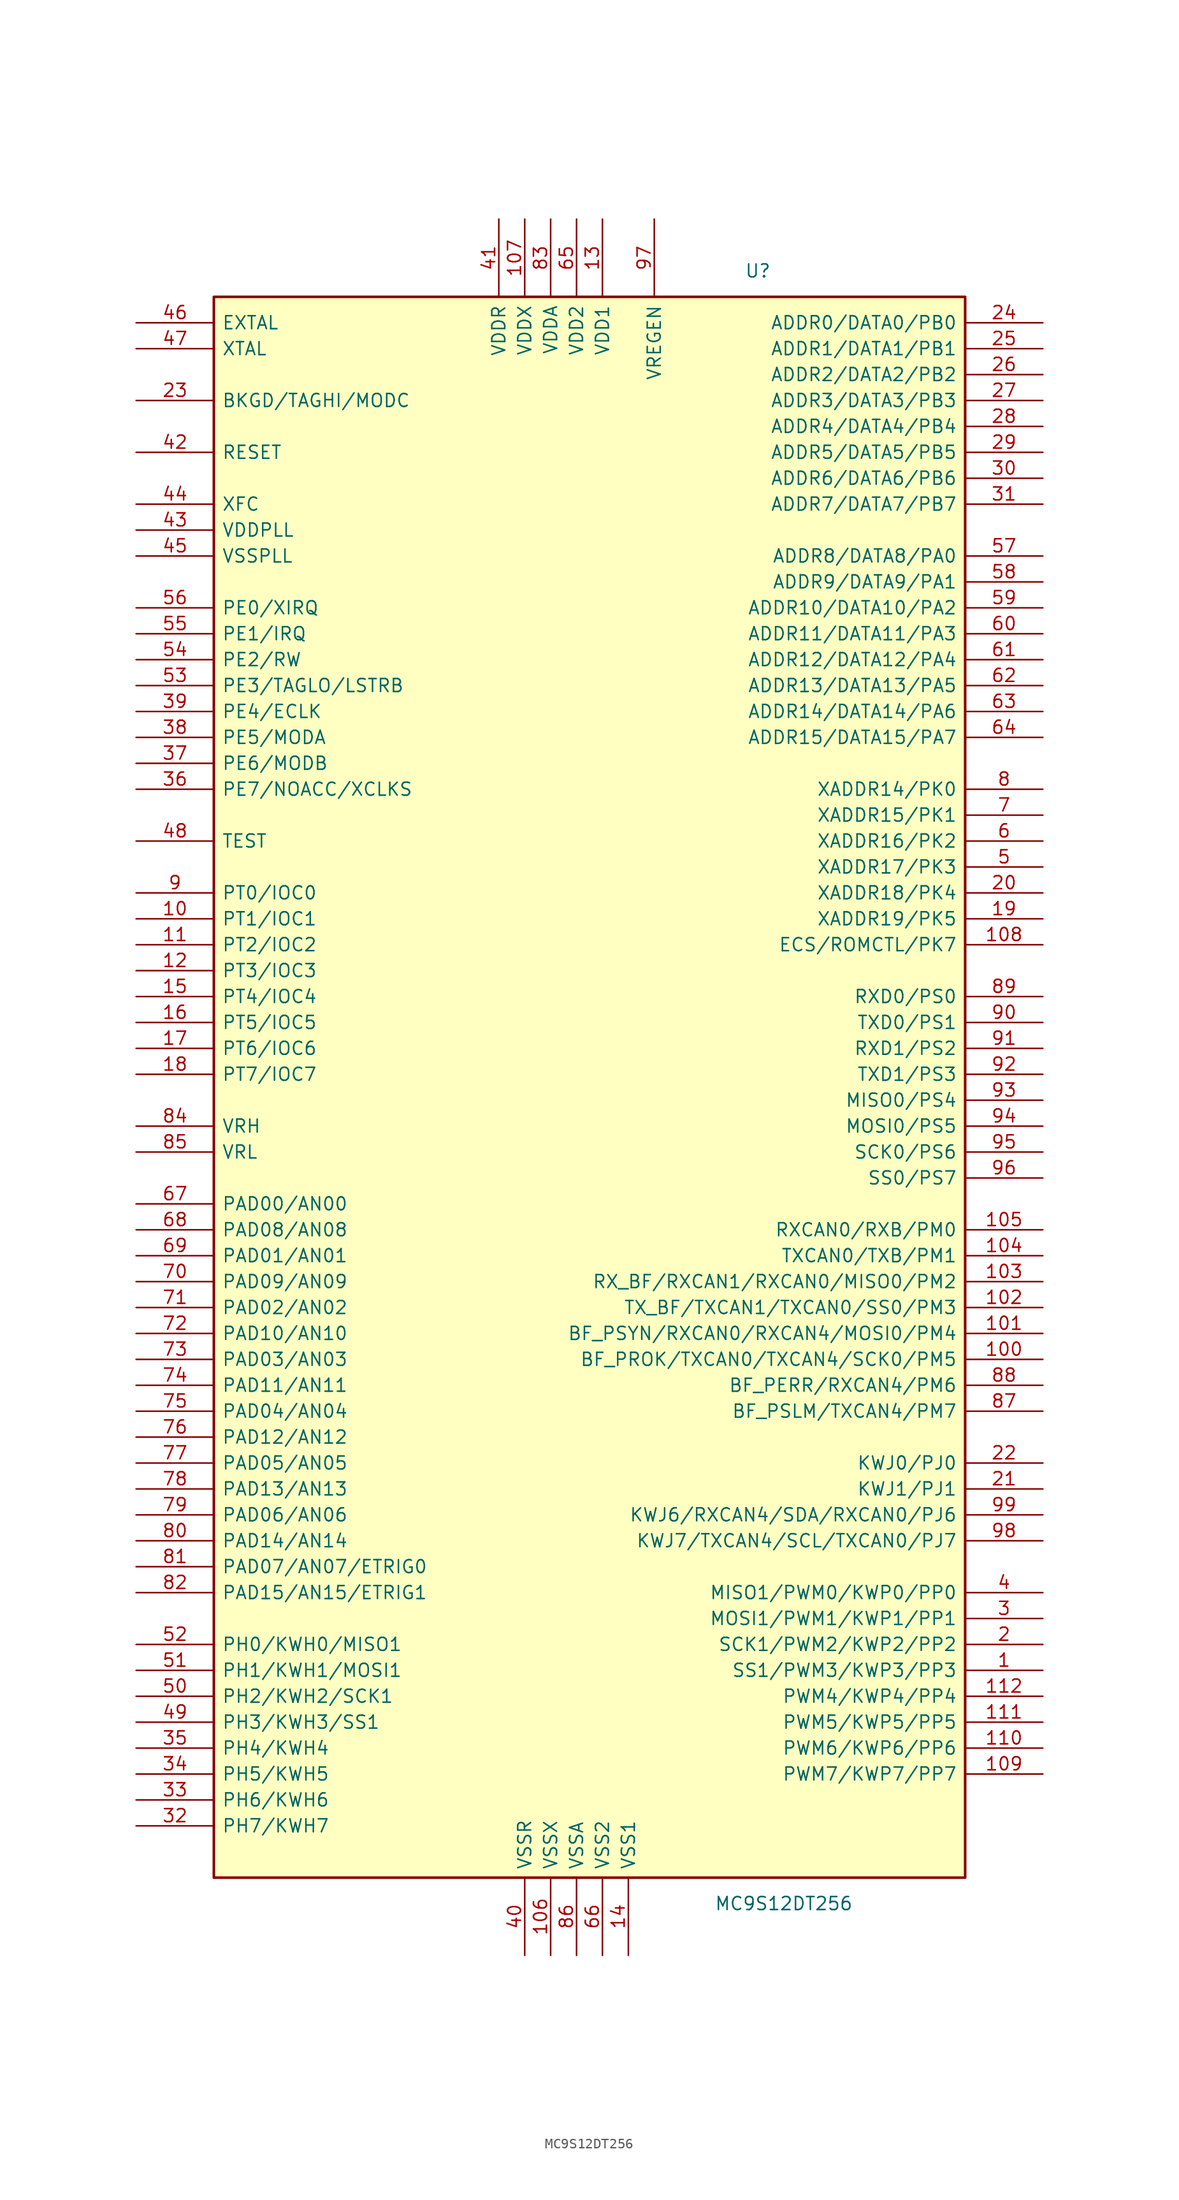
<source format=kicad_sym>
(kicad_symbol_lib
  (version 20241209)
  (generator "kicad_symbol_editor")
  (generator_version "9.0")
  (symbol "MC9S12DT256"
    (pin_names
      (offset 0.762))
    (property "Reference" "U"
      (at 17.78 86.36 0)
      (effects (font (size 1.27 1.27))))
    (property "Value" "MC9S12DT256"
      (at 20.32 -73.66 0)
      (effects (font (size 1.27 1.27))))
    (symbol "MC9S12DT256_0_1"
      (rectangle (start -35.56 83.82) (end 38.1 -71.12) (stroke (width 0.254) (type default)) (fill (type background))))
    (symbol "MC9S12DT256_1_1"
      (pin input line (at -43.18 81.28 0) (length 7.62) (name "EXTAL" (effects (font (size 1.27 1.27)))) (number "46" (effects (font (size 1.27 1.27)))))
      (pin output line (at -43.18 78.74 0) (length 7.62) (name "XTAL" (effects (font (size 1.27 1.27)))) (number "47" (effects (font (size 1.27 1.27)))))
      (pin bidirectional line (at -43.18 73.66 0) (length 7.62) (name "BKGD/TAGHI/MODC" (effects (font (size 1.27 1.27)))) (number "23" (effects (font (size 1.27 1.27)))))
      (pin bidirectional line (at -43.18 68.58 0) (length 7.62) (name "RESET" (effects (font (size 1.27 1.27)))) (number "42" (effects (font (size 1.27 1.27)))))
      (pin bidirectional line (at -43.18 63.5 0) (length 7.62) (name "XFC" (effects (font (size 1.27 1.27)))) (number "44" (effects (font (size 1.27 1.27)))))
      (pin power_in line (at -43.18 60.96 0) (length 7.62) (name "VDDPLL" (effects (font (size 1.27 1.27)))) (number "43" (effects (font (size 1.27 1.27)))))
      (pin bidirectional line (at -43.18 58.42 0) (length 7.62) (name "VSSPLL" (effects (font (size 1.27 1.27)))) (number "45" (effects (font (size 1.27 1.27)))))
      (pin input line (at -43.18 53.34 0) (length 7.62) (name "PE0/XIRQ" (effects (font (size 1.27 1.27)))) (number "56" (effects (font (size 1.27 1.27)))))
      (pin input line (at -43.18 50.8 0) (length 7.62) (name "PE1/IRQ" (effects (font (size 1.27 1.27)))) (number "55" (effects (font (size 1.27 1.27)))))
      (pin bidirectional line (at -43.18 48.26 0) (length 7.62) (name "PE2/RW" (effects (font (size 1.27 1.27)))) (number "54" (effects (font (size 1.27 1.27)))))
      (pin bidirectional line (at -43.18 45.72 0) (length 7.62) (name "PE3/TAGLO/LSTRB" (effects (font (size 1.27 1.27)))) (number "53" (effects (font (size 1.27 1.27)))))
      (pin bidirectional line (at -43.18 43.18 0) (length 7.62) (name "PE4/ECLK" (effects (font (size 1.27 1.27)))) (number "39" (effects (font (size 1.27 1.27)))))
      (pin bidirectional line (at -43.18 40.64 0) (length 7.62) (name "PE5/MODA" (effects (font (size 1.27 1.27)))) (number "38" (effects (font (size 1.27 1.27)))))
      (pin bidirectional line (at -43.18 38.1 0) (length 7.62) (name "PE6/MODB" (effects (font (size 1.27 1.27)))) (number "37" (effects (font (size 1.27 1.27)))))
      (pin bidirectional line (at -43.18 35.56 0) (length 7.62) (name "PE7/NOACC/XCLKS" (effects (font (size 1.27 1.27)))) (number "36" (effects (font (size 1.27 1.27)))))
      (pin input line (at -43.18 30.48 0) (length 7.62) (name "TEST" (effects (font (size 1.27 1.27)))) (number "48" (effects (font (size 1.27 1.27)))))
      (pin bidirectional line (at -43.18 25.4 0) (length 7.62) (name "PT0/IOC0" (effects (font (size 1.27 1.27)))) (number "9" (effects (font (size 1.27 1.27)))))
      (pin bidirectional line (at -43.18 22.86 0) (length 7.62) (name "PT1/IOC1" (effects (font (size 1.27 1.27)))) (number "10" (effects (font (size 1.27 1.27)))))
      (pin bidirectional line (at -43.18 20.32 0) (length 7.62) (name "PT2/IOC2" (effects (font (size 1.27 1.27)))) (number "11" (effects (font (size 1.27 1.27)))))
      (pin bidirectional line (at -43.18 17.78 0) (length 7.62) (name "PT3/IOC3" (effects (font (size 1.27 1.27)))) (number "12" (effects (font (size 1.27 1.27)))))
      (pin bidirectional line (at -43.18 15.24 0) (length 7.62) (name "PT4/IOC4" (effects (font (size 1.27 1.27)))) (number "15" (effects (font (size 1.27 1.27)))))
      (pin bidirectional line (at -43.18 12.7 0) (length 7.62) (name "PT5/IOC5" (effects (font (size 1.27 1.27)))) (number "16" (effects (font (size 1.27 1.27)))))
      (pin bidirectional line (at -43.18 10.16 0) (length 7.62) (name "PT6/IOC6" (effects (font (size 1.27 1.27)))) (number "17" (effects (font (size 1.27 1.27)))))
      (pin bidirectional line (at -43.18 7.62 0) (length 7.62) (name "PT7/IOC7" (effects (font (size 1.27 1.27)))) (number "18" (effects (font (size 1.27 1.27)))))
      (pin passive line (at -43.18 2.54 0) (length 7.62) (name "VRH" (effects (font (size 1.27 1.27)))) (number "84" (effects (font (size 1.27 1.27)))))
      (pin passive line (at -43.18 0 0) (length 7.62) (name "VRL" (effects (font (size 1.27 1.27)))) (number "85" (effects (font (size 1.27 1.27)))))
      (pin input line (at -43.18 -5.08 0) (length 7.62) (name "PAD00/AN00" (effects (font (size 1.27 1.27)))) (number "67" (effects (font (size 1.27 1.27)))))
      (pin input line (at -43.18 -7.62 0) (length 7.62) (name "PAD08/AN08" (effects (font (size 1.27 1.27)))) (number "68" (effects (font (size 1.27 1.27)))))
      (pin input line (at -43.18 -10.16 0) (length 7.62) (name "PAD01/AN01" (effects (font (size 1.27 1.27)))) (number "69" (effects (font (size 1.27 1.27)))))
      (pin input line (at -43.18 -12.7 0) (length 7.62) (name "PAD09/AN09" (effects (font (size 1.27 1.27)))) (number "70" (effects (font (size 1.27 1.27)))))
      (pin input line (at -43.18 -15.24 0) (length 7.62) (name "PAD02/AN02" (effects (font (size 1.27 1.27)))) (number "71" (effects (font (size 1.27 1.27)))))
      (pin input line (at -43.18 -17.78 0) (length 7.62) (name "PAD10/AN10" (effects (font (size 1.27 1.27)))) (number "72" (effects (font (size 1.27 1.27)))))
      (pin input line (at -43.18 -20.32 0) (length 7.62) (name "PAD03/AN03" (effects (font (size 1.27 1.27)))) (number "73" (effects (font (size 1.27 1.27)))))
      (pin input line (at -43.18 -22.86 0) (length 7.62) (name "PAD11/AN11" (effects (font (size 1.27 1.27)))) (number "74" (effects (font (size 1.27 1.27)))))
      (pin input line (at -43.18 -25.4 0) (length 7.62) (name "PAD04/AN04" (effects (font (size 1.27 1.27)))) (number "75" (effects (font (size 1.27 1.27)))))
      (pin input line (at -43.18 -27.94 0) (length 7.62) (name "PAD12/AN12" (effects (font (size 1.27 1.27)))) (number "76" (effects (font (size 1.27 1.27)))))
      (pin input line (at -43.18 -30.48 0) (length 7.62) (name "PAD05/AN05" (effects (font (size 1.27 1.27)))) (number "77" (effects (font (size 1.27 1.27)))))
      (pin input line (at -43.18 -33.02 0) (length 7.62) (name "PAD13/AN13" (effects (font (size 1.27 1.27)))) (number "78" (effects (font (size 1.27 1.27)))))
      (pin input line (at -43.18 -35.56 0) (length 7.62) (name "PAD06/AN06" (effects (font (size 1.27 1.27)))) (number "79" (effects (font (size 1.27 1.27)))))
      (pin input line (at -43.18 -38.1 0) (length 7.62) (name "PAD14/AN14" (effects (font (size 1.27 1.27)))) (number "80" (effects (font (size 1.27 1.27)))))
      (pin input line (at -43.18 -40.64 0) (length 7.62) (name "PAD07/AN07/ETRIG0" (effects (font (size 1.27 1.27)))) (number "81" (effects (font (size 1.27 1.27)))))
      (pin input line (at -43.18 -43.18 0) (length 7.62) (name "PAD15/AN15/ETRIG1" (effects (font (size 1.27 1.27)))) (number "82" (effects (font (size 1.27 1.27)))))
      (pin bidirectional line (at -43.18 -48.26 0) (length 7.62) (name "PH0/KWH0/MISO1" (effects (font (size 1.27 1.27)))) (number "52" (effects (font (size 1.27 1.27)))))
      (pin bidirectional line (at -43.18 -50.8 0) (length 7.62) (name "PH1/KWH1/MOSI1" (effects (font (size 1.27 1.27)))) (number "51" (effects (font (size 1.27 1.27)))))
      (pin bidirectional line (at -43.18 -53.34 0) (length 7.62) (name "PH2/KWH2/SCK1" (effects (font (size 1.27 1.27)))) (number "50" (effects (font (size 1.27 1.27)))))
      (pin bidirectional line (at -43.18 -55.88 0) (length 7.62) (name "PH3/KWH3/SS1" (effects (font (size 1.27 1.27)))) (number "49" (effects (font (size 1.27 1.27)))))
      (pin bidirectional line (at -43.18 -58.42 0) (length 7.62) (name "PH4/KWH4" (effects (font (size 1.27 1.27)))) (number "35" (effects (font (size 1.27 1.27)))))
      (pin bidirectional line (at -43.18 -60.96 0) (length 7.62) (name "PH5/KWH5" (effects (font (size 1.27 1.27)))) (number "34" (effects (font (size 1.27 1.27)))))
      (pin bidirectional line (at -43.18 -63.5 0) (length 7.62) (name "PH6/KWH6" (effects (font (size 1.27 1.27)))) (number "33" (effects (font (size 1.27 1.27)))))
      (pin bidirectional line (at -43.18 -66.04 0) (length 7.62) (name "PH7/KWH7" (effects (font (size 1.27 1.27)))) (number "32" (effects (font (size 1.27 1.27)))))
      (pin power_in line (at -7.62 91.44 270) (length 7.62) (name "VDDR" (effects (font (size 1.27 1.27)))) (number "41" (effects (font (size 1.27 1.27)))))
      (pin power_in line (at -5.08 91.44 270) (length 7.62) (name "VDDX" (effects (font (size 1.27 1.27)))) (number "107" (effects (font (size 1.27 1.27)))))
      (pin power_in line (at -5.08 -78.74 90) (length 7.62) (name "VSSR" (effects (font (size 1.27 1.27)))) (number "40" (effects (font (size 1.27 1.27)))))
      (pin power_in line (at -2.54 91.44 270) (length 7.62) (name "VDDA" (effects (font (size 1.27 1.27)))) (number "83" (effects (font (size 1.27 1.27)))))
      (pin power_in line (at -2.54 -78.74 90) (length 7.62) (name "VSSX" (effects (font (size 1.27 1.27)))) (number "106" (effects (font (size 1.27 1.27)))))
      (pin power_in line (at 0 91.44 270) (length 7.62) (name "VDD2" (effects (font (size 1.27 1.27)))) (number "65" (effects (font (size 1.27 1.27)))))
      (pin power_in line (at 0 -78.74 90) (length 7.62) (name "VSSA" (effects (font (size 1.27 1.27)))) (number "86" (effects (font (size 1.27 1.27)))))
      (pin power_in line (at 2.54 91.44 270) (length 7.62) (name "VDD1" (effects (font (size 1.27 1.27)))) (number "13" (effects (font (size 1.27 1.27)))))
      (pin power_in line (at 2.54 -78.74 90) (length 7.62) (name "VSS2" (effects (font (size 1.27 1.27)))) (number "66" (effects (font (size 1.27 1.27)))))
      (pin power_in line (at 5.08 -78.74 90) (length 7.62) (name "VSS1" (effects (font (size 1.27 1.27)))) (number "14" (effects (font (size 1.27 1.27)))))
      (pin input line (at 7.62 91.44 270) (length 7.62) (name "VREGEN" (effects (font (size 1.27 1.27)))) (number "97" (effects (font (size 1.27 1.27)))))
      (pin bidirectional line (at 45.72 81.28 180) (length 7.62) (name "ADDR0/DATA0/PB0" (effects (font (size 1.27 1.27)))) (number "24" (effects (font (size 1.27 1.27)))))
      (pin bidirectional line (at 45.72 78.74 180) (length 7.62) (name "ADDR1/DATA1/PB1" (effects (font (size 1.27 1.27)))) (number "25" (effects (font (size 1.27 1.27)))))
      (pin bidirectional line (at 45.72 76.2 180) (length 7.62) (name "ADDR2/DATA2/PB2" (effects (font (size 1.27 1.27)))) (number "26" (effects (font (size 1.27 1.27)))))
      (pin bidirectional line (at 45.72 73.66 180) (length 7.62) (name "ADDR3/DATA3/PB3" (effects (font (size 1.27 1.27)))) (number "27" (effects (font (size 1.27 1.27)))))
      (pin bidirectional line (at 45.72 71.12 180) (length 7.62) (name "ADDR4/DATA4/PB4" (effects (font (size 1.27 1.27)))) (number "28" (effects (font (size 1.27 1.27)))))
      (pin bidirectional line (at 45.72 68.58 180) (length 7.62) (name "ADDR5/DATA5/PB5" (effects (font (size 1.27 1.27)))) (number "29" (effects (font (size 1.27 1.27)))))
      (pin bidirectional line (at 45.72 66.04 180) (length 7.62) (name "ADDR6/DATA6/PB6" (effects (font (size 1.27 1.27)))) (number "30" (effects (font (size 1.27 1.27)))))
      (pin bidirectional line (at 45.72 63.5 180) (length 7.62) (name "ADDR7/DATA7/PB7" (effects (font (size 1.27 1.27)))) (number "31" (effects (font (size 1.27 1.27)))))
      (pin bidirectional line (at 45.72 58.42 180) (length 7.62) (name "ADDR8/DATA8/PA0" (effects (font (size 1.27 1.27)))) (number "57" (effects (font (size 1.27 1.27)))))
      (pin bidirectional line (at 45.72 55.88 180) (length 7.62) (name "ADDR9/DATA9/PA1" (effects (font (size 1.27 1.27)))) (number "58" (effects (font (size 1.27 1.27)))))
      (pin bidirectional line (at 45.72 53.34 180) (length 7.62) (name "ADDR10/DATA10/PA2" (effects (font (size 1.27 1.27)))) (number "59" (effects (font (size 1.27 1.27)))))
      (pin bidirectional line (at 45.72 50.8 180) (length 7.62) (name "ADDR11/DATA11/PA3" (effects (font (size 1.27 1.27)))) (number "60" (effects (font (size 1.27 1.27)))))
      (pin bidirectional line (at 45.72 48.26 180) (length 7.62) (name "ADDR12/DATA12/PA4" (effects (font (size 1.27 1.27)))) (number "61" (effects (font (size 1.27 1.27)))))
      (pin bidirectional line (at 45.72 45.72 180) (length 7.62) (name "ADDR13/DATA13/PA5" (effects (font (size 1.27 1.27)))) (number "62" (effects (font (size 1.27 1.27)))))
      (pin bidirectional line (at 45.72 43.18 180) (length 7.62) (name "ADDR14/DATA14/PA6" (effects (font (size 1.27 1.27)))) (number "63" (effects (font (size 1.27 1.27)))))
      (pin bidirectional line (at 45.72 40.64 180) (length 7.62) (name "ADDR15/DATA15/PA7" (effects (font (size 1.27 1.27)))) (number "64" (effects (font (size 1.27 1.27)))))
      (pin bidirectional line (at 45.72 35.56 180) (length 7.62) (name "XADDR14/PK0" (effects (font (size 1.27 1.27)))) (number "8" (effects (font (size 1.27 1.27)))))
      (pin bidirectional line (at 45.72 33.02 180) (length 7.62) (name "XADDR15/PK1" (effects (font (size 1.27 1.27)))) (number "7" (effects (font (size 1.27 1.27)))))
      (pin bidirectional line (at 45.72 30.48 180) (length 7.62) (name "XADDR16/PK2" (effects (font (size 1.27 1.27)))) (number "6" (effects (font (size 1.27 1.27)))))
      (pin bidirectional line (at 45.72 27.94 180) (length 7.62) (name "XADDR17/PK3" (effects (font (size 1.27 1.27)))) (number "5" (effects (font (size 1.27 1.27)))))
      (pin bidirectional line (at 45.72 25.4 180) (length 7.62) (name "XADDR18/PK4" (effects (font (size 1.27 1.27)))) (number "20" (effects (font (size 1.27 1.27)))))
      (pin bidirectional line (at 45.72 22.86 180) (length 7.62) (name "XADDR19/PK5" (effects (font (size 1.27 1.27)))) (number "19" (effects (font (size 1.27 1.27)))))
      (pin bidirectional line (at 45.72 20.32 180) (length 7.62) (name "ECS/ROMCTL/PK7" (effects (font (size 1.27 1.27)))) (number "108" (effects (font (size 1.27 1.27)))))
      (pin bidirectional line (at 45.72 15.24 180) (length 7.62) (name "RXD0/PS0" (effects (font (size 1.27 1.27)))) (number "89" (effects (font (size 1.27 1.27)))))
      (pin bidirectional line (at 45.72 12.7 180) (length 7.62) (name "TXD0/PS1" (effects (font (size 1.27 1.27)))) (number "90" (effects (font (size 1.27 1.27)))))
      (pin bidirectional line (at 45.72 10.16 180) (length 7.62) (name "RXD1/PS2" (effects (font (size 1.27 1.27)))) (number "91" (effects (font (size 1.27 1.27)))))
      (pin bidirectional line (at 45.72 7.62 180) (length 7.62) (name "TXD1/PS3" (effects (font (size 1.27 1.27)))) (number "92" (effects (font (size 1.27 1.27)))))
      (pin bidirectional line (at 45.72 5.08 180) (length 7.62) (name "MISO0/PS4" (effects (font (size 1.27 1.27)))) (number "93" (effects (font (size 1.27 1.27)))))
      (pin bidirectional line (at 45.72 2.54 180) (length 7.62) (name "MOSI0/PS5" (effects (font (size 1.27 1.27)))) (number "94" (effects (font (size 1.27 1.27)))))
      (pin bidirectional line (at 45.72 0 180) (length 7.62) (name "SCK0/PS6" (effects (font (size 1.27 1.27)))) (number "95" (effects (font (size 1.27 1.27)))))
      (pin bidirectional line (at 45.72 -2.54 180) (length 7.62) (name "SS0/PS7" (effects (font (size 1.27 1.27)))) (number "96" (effects (font (size 1.27 1.27)))))
      (pin bidirectional line (at 45.72 -7.62 180) (length 7.62) (name "RXCAN0/RXB/PM0" (effects (font (size 1.27 1.27)))) (number "105" (effects (font (size 1.27 1.27)))))
      (pin bidirectional line (at 45.72 -10.16 180) (length 7.62) (name "TXCAN0/TXB/PM1" (effects (font (size 1.27 1.27)))) (number "104" (effects (font (size 1.27 1.27)))))
      (pin bidirectional line (at 45.72 -12.7 180) (length 7.62) (name "RX_BF/RXCAN1/RXCAN0/MISO0/PM2" (effects (font (size 1.27 1.27)))) (number "103" (effects (font (size 1.27 1.27)))))
      (pin bidirectional line (at 45.72 -15.24 180) (length 7.62) (name "TX_BF/TXCAN1/TXCAN0/SS0/PM3" (effects (font (size 1.27 1.27)))) (number "102" (effects (font (size 1.27 1.27)))))
      (pin bidirectional line (at 45.72 -17.78 180) (length 7.62) (name "BF_PSYN/RXCAN0/RXCAN4/MOSI0/PM4" (effects (font (size 1.27 1.27)))) (number "101" (effects (font (size 1.27 1.27)))))
      (pin bidirectional line (at 45.72 -20.32 180) (length 7.62) (name "BF_PROK/TXCAN0/TXCAN4/SCK0/PM5" (effects (font (size 1.27 1.27)))) (number "100" (effects (font (size 1.27 1.27)))))
      (pin bidirectional line (at 45.72 -22.86 180) (length 7.62) (name "BF_PERR/RXCAN4/PM6" (effects (font (size 1.27 1.27)))) (number "88" (effects (font (size 1.27 1.27)))))
      (pin bidirectional line (at 45.72 -25.4 180) (length 7.62) (name "BF_PSLM/TXCAN4/PM7" (effects (font (size 1.27 1.27)))) (number "87" (effects (font (size 1.27 1.27)))))
      (pin bidirectional line (at 45.72 -30.48 180) (length 7.62) (name "KWJ0/PJ0" (effects (font (size 1.27 1.27)))) (number "22" (effects (font (size 1.27 1.27)))))
      (pin bidirectional line (at 45.72 -33.02 180) (length 7.62) (name "KWJ1/PJ1" (effects (font (size 1.27 1.27)))) (number "21" (effects (font (size 1.27 1.27)))))
      (pin bidirectional line (at 45.72 -35.56 180) (length 7.62) (name "KWJ6/RXCAN4/SDA/RXCAN0/PJ6" (effects (font (size 1.27 1.27)))) (number "99" (effects (font (size 1.27 1.27)))))
      (pin bidirectional line (at 45.72 -38.1 180) (length 7.62) (name "KWJ7/TXCAN4/SCL/TXCAN0/PJ7" (effects (font (size 1.27 1.27)))) (number "98" (effects (font (size 1.27 1.27)))))
      (pin bidirectional line (at 45.72 -43.18 180) (length 7.62) (name "MISO1/PWM0/KWP0/PP0" (effects (font (size 1.27 1.27)))) (number "4" (effects (font (size 1.27 1.27)))))
      (pin bidirectional line (at 45.72 -45.72 180) (length 7.62) (name "MOSI1/PWM1/KWP1/PP1" (effects (font (size 1.27 1.27)))) (number "3" (effects (font (size 1.27 1.27)))))
      (pin bidirectional line (at 45.72 -48.26 180) (length 7.62) (name "SCK1/PWM2/KWP2/PP2" (effects (font (size 1.27 1.27)))) (number "2" (effects (font (size 1.27 1.27)))))
      (pin bidirectional line (at 45.72 -50.8 180) (length 7.62) (name "SS1/PWM3/KWP3/PP3" (effects (font (size 1.27 1.27)))) (number "1" (effects (font (size 1.27 1.27)))))
      (pin bidirectional line (at 45.72 -53.34 180) (length 7.62) (name "PWM4/KWP4/PP4" (effects (font (size 1.27 1.27)))) (number "112" (effects (font (size 1.27 1.27)))))
      (pin bidirectional line (at 45.72 -55.88 180) (length 7.62) (name "PWM5/KWP5/PP5" (effects (font (size 1.27 1.27)))) (number "111" (effects (font (size 1.27 1.27)))))
      (pin bidirectional line (at 45.72 -58.42 180) (length 7.62) (name "PWM6/KWP6/PP6" (effects (font (size 1.27 1.27)))) (number "110" (effects (font (size 1.27 1.27)))))
      (pin bidirectional line (at 45.72 -60.96 180) (length 7.62) (name "PWM7/KWP7/PP7" (effects (font (size 1.27 1.27)))) (number "109" (effects (font (size 1.27 1.27))))))))
</source>
